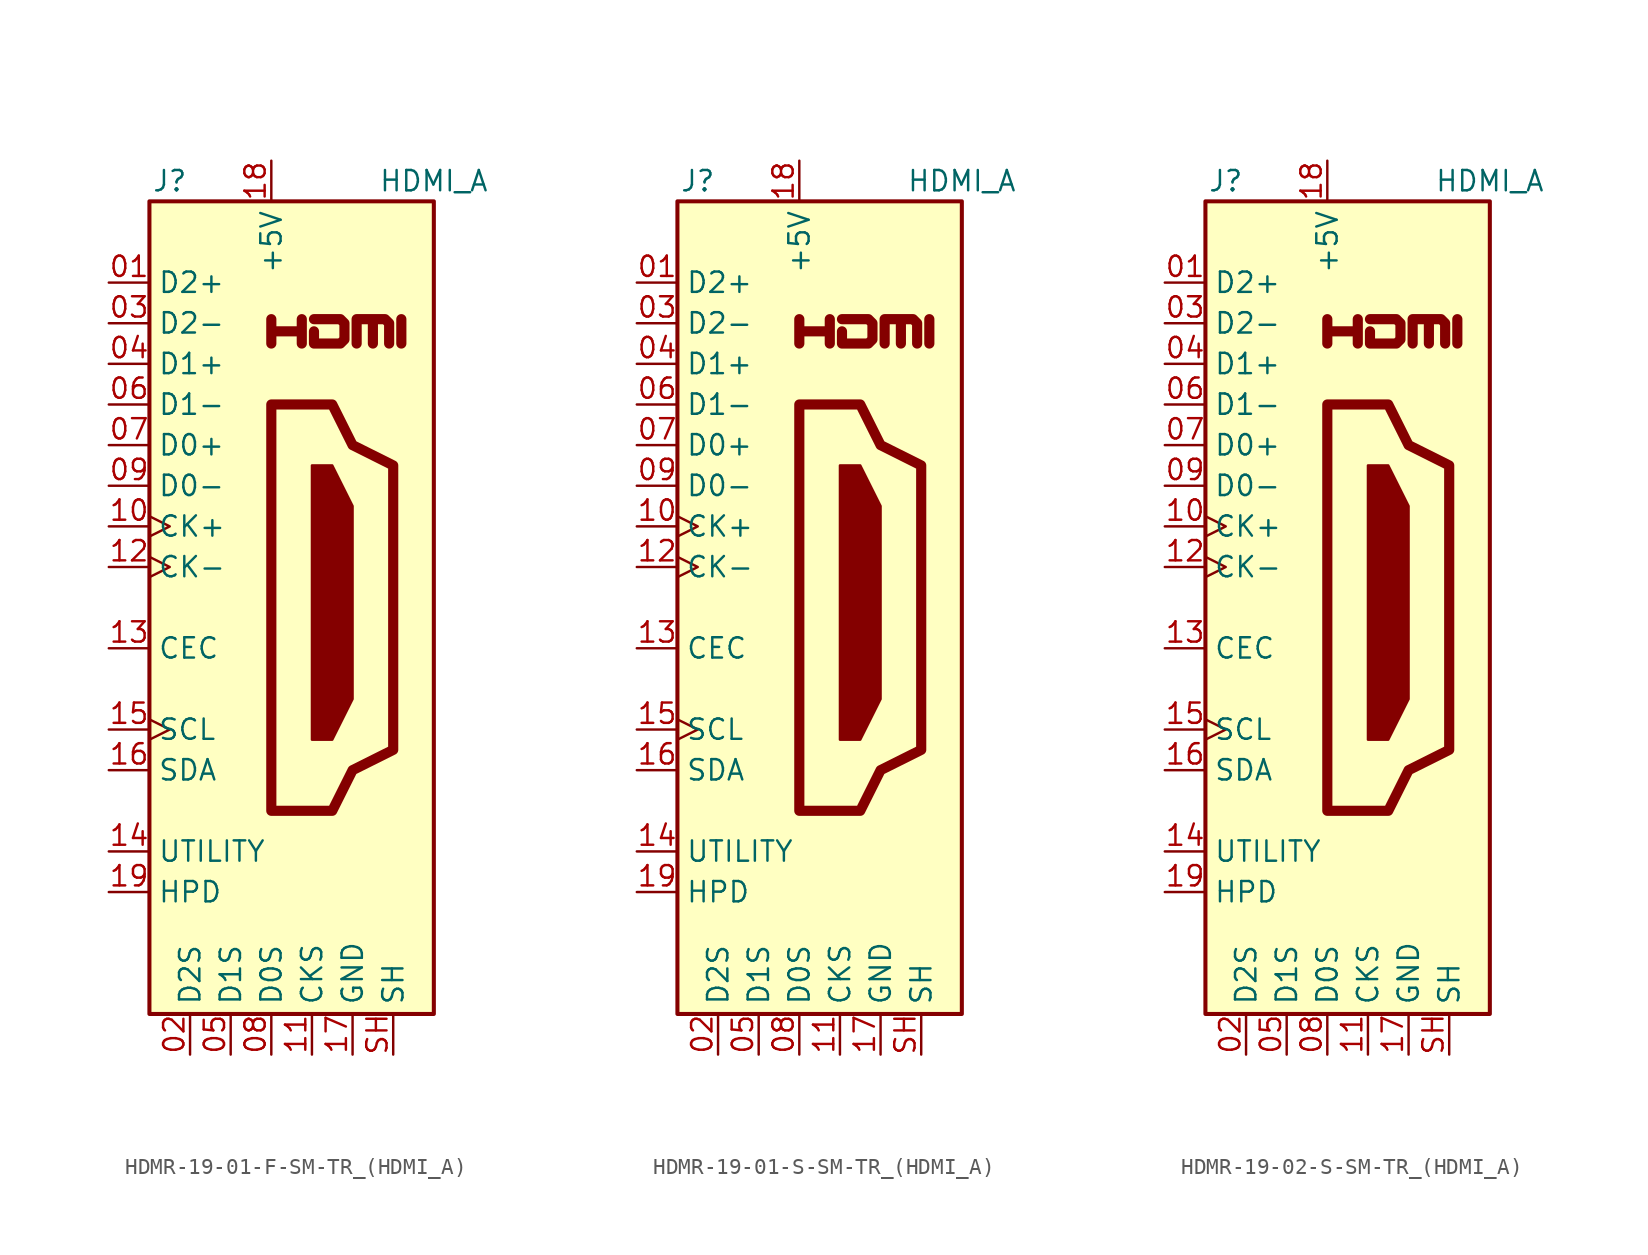
<source format=kicad_sym>
(kicad_symbol_lib
  (version 20241209)
  (generator "kicad_symbol_editor")
  (generator_version "9.0")
  (symbol "HDMR-19-01-F-SM-TR_(HDMI_A)"
    (property "Reference" "J"
      (at -6.35 26.67 0)
      (effects (font (size 1.27 1.27))))
    (property "Value" "HDMI_A"
      (at 10.16 26.67 0)
      (effects (font (size 1.27 1.27))))
    (symbol "HDMR-19-01-F-SM-TR_(HDMI_A)_0_0"
      (polyline (pts (xy 0 16.51) (xy 0 18.034) (xy 0 17.272) (xy 1.905 17.272) (xy 1.905 18.034) (xy 1.905 16.51)) (stroke (width 0.635) (type default)) (fill (type none)))
      (polyline (pts (xy 2.667 18.034) (xy 4.318 18.034) (xy 4.572 17.78) (xy 4.572 16.764) (xy 4.318 16.51) (xy 2.667 16.51) (xy 2.667 17.272)) (stroke (width 0.635) (type default)) (fill (type none)))
      (polyline (pts (xy 8.128 16.51) (xy 8.128 18.034)) (stroke (width 0.635) (type default)) (fill (type none))))
    (symbol "HDMR-19-01-F-SM-TR_(HDMI_A)_0_1"
      (rectangle (start -7.62 25.4) (end 10.16 -25.4) (stroke (width 0.254) (type default)) (fill (type background)))
      (polyline (pts (xy 0 12.7) (xy 0 -12.7) (xy 3.81 -12.7) (xy 5.08 -10.16) (xy 7.62 -8.89) (xy 7.62 8.89) (xy 5.08 10.16) (xy 3.81 12.7) (xy 0 12.7)) (stroke (width 0.635) (type default)) (fill (type none)))
      (polyline (pts (xy 2.54 8.89) (xy 3.81 8.89) (xy 5.08 6.35) (xy 5.08 -5.715) (xy 3.81 -8.255) (xy 2.54 -8.255) (xy 2.54 8.89)) (stroke (width 0) (type default)) (fill (type outline)))
      (polyline (pts (xy 5.334 16.51) (xy 5.334 18.034) (xy 6.35 18.034) (xy 6.35 16.51) (xy 6.35 18.034) (xy 7.112 18.034) (xy 7.366 17.78) (xy 7.366 16.51)) (stroke (width 0.635) (type default)) (fill (type none))))
    (symbol "HDMR-19-01-F-SM-TR_(HDMI_A)_1_1"
      (pin output line (at -10.16 20.32 0) (length 2.54) (name "D2+" (effects (font (size 1.27 1.27)))) (number "01" (effects (font (size 1.27 1.27)))))
      (pin output line (at -10.16 17.78 0) (length 2.54) (name "D2-" (effects (font (size 1.27 1.27)))) (number "03" (effects (font (size 1.27 1.27)))))
      (pin output line (at -10.16 15.24 0) (length 2.54) (name "D1+" (effects (font (size 1.27 1.27)))) (number "04" (effects (font (size 1.27 1.27)))))
      (pin output line (at -10.16 12.7 0) (length 2.54) (name "D1-" (effects (font (size 1.27 1.27)))) (number "06" (effects (font (size 1.27 1.27)))))
      (pin output line (at -10.16 10.16 0) (length 2.54) (name "D0+" (effects (font (size 1.27 1.27)))) (number "07" (effects (font (size 1.27 1.27)))))
      (pin output line (at -10.16 7.62 0) (length 2.54) (name "D0-" (effects (font (size 1.27 1.27)))) (number "09" (effects (font (size 1.27 1.27)))))
      (pin output clock (at -10.16 5.08 0) (length 2.54) (name "CK+" (effects (font (size 1.27 1.27)))) (number "10" (effects (font (size 1.27 1.27)))))
      (pin output clock (at -10.16 2.54 0) (length 2.54) (name "CK-" (effects (font (size 1.27 1.27)))) (number "12" (effects (font (size 1.27 1.27)))))
      (pin bidirectional line (at -10.16 -2.54 0) (length 2.54) (name "CEC" (effects (font (size 1.27 1.27)))) (number "13" (effects (font (size 1.27 1.27)))))
      (pin output clock (at -10.16 -7.62 0) (length 2.54) (name "SCL" (effects (font (size 1.27 1.27)))) (number "15" (effects (font (size 1.27 1.27)))))
      (pin bidirectional line (at -10.16 -10.16 0) (length 2.54) (name "SDA" (effects (font (size 1.27 1.27)))) (number "16" (effects (font (size 1.27 1.27)))))
      (pin bidirectional line (at -10.16 -15.24 0) (length 2.54) (name "UTILITY" (effects (font (size 1.27 1.27)))) (number "14" (effects (font (size 1.27 1.27)))))
      (pin input line (at -10.16 -17.78 0) (length 2.54) (name "HPD" (effects (font (size 1.27 1.27)))) (number "19" (effects (font (size 1.27 1.27)))))
      (pin power_in line (at -5.08 -27.94 90) (length 2.54) (name "D2S" (effects (font (size 1.27 1.27)))) (number "02" (effects (font (size 1.27 1.27)))))
      (pin power_in line (at -2.54 -27.94 90) (length 2.54) (name "D1S" (effects (font (size 1.27 1.27)))) (number "05" (effects (font (size 1.27 1.27)))))
      (pin power_out line (at 0 27.94 270) (length 2.54) (name "+5V" (effects (font (size 1.27 1.27)))) (number "18" (effects (font (size 1.27 1.27)))))
      (pin power_in line (at 0 -27.94 90) (length 2.54) (name "D0S" (effects (font (size 1.27 1.27)))) (number "08" (effects (font (size 1.27 1.27)))))
      (pin power_in line (at 2.54 -27.94 90) (length 2.54) (name "CKS" (effects (font (size 1.27 1.27)))) (number "11" (effects (font (size 1.27 1.27)))))
      (pin power_in line (at 5.08 -27.94 90) (length 2.54) (name "GND" (effects (font (size 1.27 1.27)))) (number "17" (effects (font (size 1.27 1.27)))))
      (pin passive line (at 7.62 -27.94 90) (length 2.54) (name "SH" (effects (font (size 1.27 1.27)))) (number "SH" (effects (font (size 1.27 1.27)))))))
  (symbol "HDMR-19-01-S-SM-TR_(HDMI_A)"
    (property "Reference" "J"
      (at -6.35 26.67 0)
      (effects (font (size 1.27 1.27))))
    (property "Value" "HDMI_A"
      (at 10.16 26.67 0)
      (effects (font (size 1.27 1.27))))
    (symbol "HDMR-19-01-S-SM-TR_(HDMI_A)_0_0"
      (polyline (pts (xy 0 16.51) (xy 0 18.034) (xy 0 17.272) (xy 1.905 17.272) (xy 1.905 18.034) (xy 1.905 16.51)) (stroke (width 0.635) (type default)) (fill (type none)))
      (polyline (pts (xy 2.667 18.034) (xy 4.318 18.034) (xy 4.572 17.78) (xy 4.572 16.764) (xy 4.318 16.51) (xy 2.667 16.51) (xy 2.667 17.272)) (stroke (width 0.635) (type default)) (fill (type none)))
      (polyline (pts (xy 8.128 16.51) (xy 8.128 18.034)) (stroke (width 0.635) (type default)) (fill (type none))))
    (symbol "HDMR-19-01-S-SM-TR_(HDMI_A)_0_1"
      (rectangle (start -7.62 25.4) (end 10.16 -25.4) (stroke (width 0.254) (type default)) (fill (type background)))
      (polyline (pts (xy 0 12.7) (xy 0 -12.7) (xy 3.81 -12.7) (xy 5.08 -10.16) (xy 7.62 -8.89) (xy 7.62 8.89) (xy 5.08 10.16) (xy 3.81 12.7) (xy 0 12.7)) (stroke (width 0.635) (type default)) (fill (type none)))
      (polyline (pts (xy 2.54 8.89) (xy 3.81 8.89) (xy 5.08 6.35) (xy 5.08 -5.715) (xy 3.81 -8.255) (xy 2.54 -8.255) (xy 2.54 8.89)) (stroke (width 0) (type default)) (fill (type outline)))
      (polyline (pts (xy 5.334 16.51) (xy 5.334 18.034) (xy 6.35 18.034) (xy 6.35 16.51) (xy 6.35 18.034) (xy 7.112 18.034) (xy 7.366 17.78) (xy 7.366 16.51)) (stroke (width 0.635) (type default)) (fill (type none))))
    (symbol "HDMR-19-01-S-SM-TR_(HDMI_A)_1_1"
      (pin output line (at -10.16 20.32 0) (length 2.54) (name "D2+" (effects (font (size 1.27 1.27)))) (number "01" (effects (font (size 1.27 1.27)))))
      (pin output line (at -10.16 17.78 0) (length 2.54) (name "D2-" (effects (font (size 1.27 1.27)))) (number "03" (effects (font (size 1.27 1.27)))))
      (pin output line (at -10.16 15.24 0) (length 2.54) (name "D1+" (effects (font (size 1.27 1.27)))) (number "04" (effects (font (size 1.27 1.27)))))
      (pin output line (at -10.16 12.7 0) (length 2.54) (name "D1-" (effects (font (size 1.27 1.27)))) (number "06" (effects (font (size 1.27 1.27)))))
      (pin output line (at -10.16 10.16 0) (length 2.54) (name "D0+" (effects (font (size 1.27 1.27)))) (number "07" (effects (font (size 1.27 1.27)))))
      (pin output line (at -10.16 7.62 0) (length 2.54) (name "D0-" (effects (font (size 1.27 1.27)))) (number "09" (effects (font (size 1.27 1.27)))))
      (pin output clock (at -10.16 5.08 0) (length 2.54) (name "CK+" (effects (font (size 1.27 1.27)))) (number "10" (effects (font (size 1.27 1.27)))))
      (pin output clock (at -10.16 2.54 0) (length 2.54) (name "CK-" (effects (font (size 1.27 1.27)))) (number "12" (effects (font (size 1.27 1.27)))))
      (pin bidirectional line (at -10.16 -2.54 0) (length 2.54) (name "CEC" (effects (font (size 1.27 1.27)))) (number "13" (effects (font (size 1.27 1.27)))))
      (pin output clock (at -10.16 -7.62 0) (length 2.54) (name "SCL" (effects (font (size 1.27 1.27)))) (number "15" (effects (font (size 1.27 1.27)))))
      (pin bidirectional line (at -10.16 -10.16 0) (length 2.54) (name "SDA" (effects (font (size 1.27 1.27)))) (number "16" (effects (font (size 1.27 1.27)))))
      (pin bidirectional line (at -10.16 -15.24 0) (length 2.54) (name "UTILITY" (effects (font (size 1.27 1.27)))) (number "14" (effects (font (size 1.27 1.27)))))
      (pin input line (at -10.16 -17.78 0) (length 2.54) (name "HPD" (effects (font (size 1.27 1.27)))) (number "19" (effects (font (size 1.27 1.27)))))
      (pin power_in line (at -5.08 -27.94 90) (length 2.54) (name "D2S" (effects (font (size 1.27 1.27)))) (number "02" (effects (font (size 1.27 1.27)))))
      (pin power_in line (at -2.54 -27.94 90) (length 2.54) (name "D1S" (effects (font (size 1.27 1.27)))) (number "05" (effects (font (size 1.27 1.27)))))
      (pin power_out line (at 0 27.94 270) (length 2.54) (name "+5V" (effects (font (size 1.27 1.27)))) (number "18" (effects (font (size 1.27 1.27)))))
      (pin power_in line (at 0 -27.94 90) (length 2.54) (name "D0S" (effects (font (size 1.27 1.27)))) (number "08" (effects (font (size 1.27 1.27)))))
      (pin power_in line (at 2.54 -27.94 90) (length 2.54) (name "CKS" (effects (font (size 1.27 1.27)))) (number "11" (effects (font (size 1.27 1.27)))))
      (pin power_in line (at 5.08 -27.94 90) (length 2.54) (name "GND" (effects (font (size 1.27 1.27)))) (number "17" (effects (font (size 1.27 1.27)))))
      (pin passive line (at 7.62 -27.94 90) (length 2.54) (name "SH" (effects (font (size 1.27 1.27)))) (number "SH" (effects (font (size 1.27 1.27)))))))
  (symbol "HDMR-19-02-S-SM-TR_(HDMI_A)"
    (property "Reference" "J"
      (at -6.35 26.67 0)
      (effects (font (size 1.27 1.27))))
    (property "Value" "HDMI_A"
      (at 10.16 26.67 0)
      (effects (font (size 1.27 1.27))))
    (symbol "HDMR-19-02-S-SM-TR_(HDMI_A)_0_0"
      (polyline (pts (xy 0 16.51) (xy 0 18.034) (xy 0 17.272) (xy 1.905 17.272) (xy 1.905 18.034) (xy 1.905 16.51)) (stroke (width 0.635) (type default)) (fill (type none)))
      (polyline (pts (xy 2.667 18.034) (xy 4.318 18.034) (xy 4.572 17.78) (xy 4.572 16.764) (xy 4.318 16.51) (xy 2.667 16.51) (xy 2.667 17.272)) (stroke (width 0.635) (type default)) (fill (type none)))
      (polyline (pts (xy 8.128 16.51) (xy 8.128 18.034)) (stroke (width 0.635) (type default)) (fill (type none))))
    (symbol "HDMR-19-02-S-SM-TR_(HDMI_A)_0_1"
      (rectangle (start -7.62 25.4) (end 10.16 -25.4) (stroke (width 0.254) (type default)) (fill (type background)))
      (polyline (pts (xy 0 12.7) (xy 0 -12.7) (xy 3.81 -12.7) (xy 5.08 -10.16) (xy 7.62 -8.89) (xy 7.62 8.89) (xy 5.08 10.16) (xy 3.81 12.7) (xy 0 12.7)) (stroke (width 0.635) (type default)) (fill (type none)))
      (polyline (pts (xy 2.54 8.89) (xy 3.81 8.89) (xy 5.08 6.35) (xy 5.08 -5.715) (xy 3.81 -8.255) (xy 2.54 -8.255) (xy 2.54 8.89)) (stroke (width 0) (type default)) (fill (type outline)))
      (polyline (pts (xy 5.334 16.51) (xy 5.334 18.034) (xy 6.35 18.034) (xy 6.35 16.51) (xy 6.35 18.034) (xy 7.112 18.034) (xy 7.366 17.78) (xy 7.366 16.51)) (stroke (width 0.635) (type default)) (fill (type none))))
    (symbol "HDMR-19-02-S-SM-TR_(HDMI_A)_1_1"
      (pin output line (at -10.16 20.32 0) (length 2.54) (name "D2+" (effects (font (size 1.27 1.27)))) (number "01" (effects (font (size 1.27 1.27)))))
      (pin output line (at -10.16 17.78 0) (length 2.54) (name "D2-" (effects (font (size 1.27 1.27)))) (number "03" (effects (font (size 1.27 1.27)))))
      (pin output line (at -10.16 15.24 0) (length 2.54) (name "D1+" (effects (font (size 1.27 1.27)))) (number "04" (effects (font (size 1.27 1.27)))))
      (pin output line (at -10.16 12.7 0) (length 2.54) (name "D1-" (effects (font (size 1.27 1.27)))) (number "06" (effects (font (size 1.27 1.27)))))
      (pin output line (at -10.16 10.16 0) (length 2.54) (name "D0+" (effects (font (size 1.27 1.27)))) (number "07" (effects (font (size 1.27 1.27)))))
      (pin output line (at -10.16 7.62 0) (length 2.54) (name "D0-" (effects (font (size 1.27 1.27)))) (number "09" (effects (font (size 1.27 1.27)))))
      (pin output clock (at -10.16 5.08 0) (length 2.54) (name "CK+" (effects (font (size 1.27 1.27)))) (number "10" (effects (font (size 1.27 1.27)))))
      (pin output clock (at -10.16 2.54 0) (length 2.54) (name "CK-" (effects (font (size 1.27 1.27)))) (number "12" (effects (font (size 1.27 1.27)))))
      (pin bidirectional line (at -10.16 -2.54 0) (length 2.54) (name "CEC" (effects (font (size 1.27 1.27)))) (number "13" (effects (font (size 1.27 1.27)))))
      (pin output clock (at -10.16 -7.62 0) (length 2.54) (name "SCL" (effects (font (size 1.27 1.27)))) (number "15" (effects (font (size 1.27 1.27)))))
      (pin bidirectional line (at -10.16 -10.16 0) (length 2.54) (name "SDA" (effects (font (size 1.27 1.27)))) (number "16" (effects (font (size 1.27 1.27)))))
      (pin bidirectional line (at -10.16 -15.24 0) (length 2.54) (name "UTILITY" (effects (font (size 1.27 1.27)))) (number "14" (effects (font (size 1.27 1.27)))))
      (pin input line (at -10.16 -17.78 0) (length 2.54) (name "HPD" (effects (font (size 1.27 1.27)))) (number "19" (effects (font (size 1.27 1.27)))))
      (pin power_in line (at -5.08 -27.94 90) (length 2.54) (name "D2S" (effects (font (size 1.27 1.27)))) (number "02" (effects (font (size 1.27 1.27)))))
      (pin power_in line (at -2.54 -27.94 90) (length 2.54) (name "D1S" (effects (font (size 1.27 1.27)))) (number "05" (effects (font (size 1.27 1.27)))))
      (pin power_out line (at 0 27.94 270) (length 2.54) (name "+5V" (effects (font (size 1.27 1.27)))) (number "18" (effects (font (size 1.27 1.27)))))
      (pin power_in line (at 0 -27.94 90) (length 2.54) (name "D0S" (effects (font (size 1.27 1.27)))) (number "08" (effects (font (size 1.27 1.27)))))
      (pin power_in line (at 2.54 -27.94 90) (length 2.54) (name "CKS" (effects (font (size 1.27 1.27)))) (number "11" (effects (font (size 1.27 1.27)))))
      (pin power_in line (at 5.08 -27.94 90) (length 2.54) (name "GND" (effects (font (size 1.27 1.27)))) (number "17" (effects (font (size 1.27 1.27)))))
      (pin passive line (at 7.62 -27.94 90) (length 2.54) (name "SH" (effects (font (size 1.27 1.27)))) (number "SH" (effects (font (size 1.27 1.27))))))))
</source>
